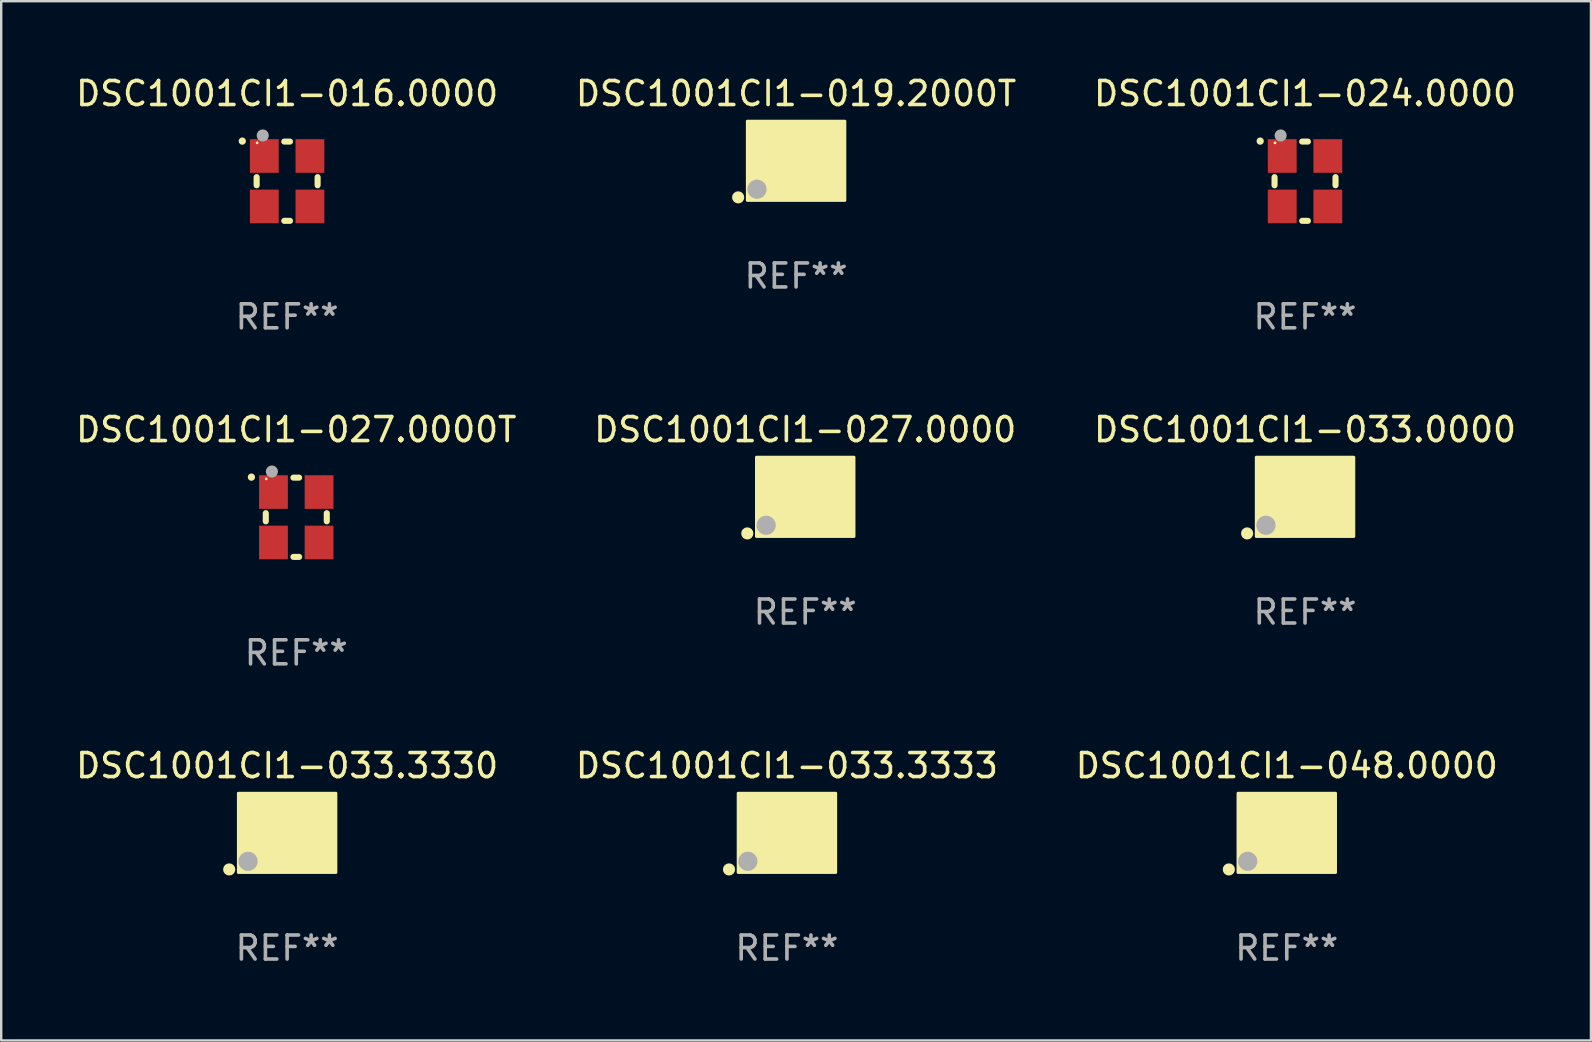
<source format=kicad_pcb>
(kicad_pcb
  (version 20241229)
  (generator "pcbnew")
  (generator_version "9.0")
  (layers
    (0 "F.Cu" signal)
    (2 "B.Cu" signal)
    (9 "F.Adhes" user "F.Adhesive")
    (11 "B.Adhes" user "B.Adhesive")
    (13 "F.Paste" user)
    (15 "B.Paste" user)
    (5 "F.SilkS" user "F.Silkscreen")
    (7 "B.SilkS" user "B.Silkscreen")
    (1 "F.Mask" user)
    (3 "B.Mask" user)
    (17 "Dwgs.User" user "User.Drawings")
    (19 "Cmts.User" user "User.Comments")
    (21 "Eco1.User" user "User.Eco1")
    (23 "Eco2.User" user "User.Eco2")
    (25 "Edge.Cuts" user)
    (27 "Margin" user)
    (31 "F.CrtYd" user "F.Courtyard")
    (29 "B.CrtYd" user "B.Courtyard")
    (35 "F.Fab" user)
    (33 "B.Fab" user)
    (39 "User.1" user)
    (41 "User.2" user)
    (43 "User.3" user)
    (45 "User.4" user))
  (footprint "DSC1001CI1-027.0000"
    (layer "F.Cu")
    (at 30.494 17.647)
    (property "Reference" "DSC1001CI1-027.0000" (at 0 -2.8 0) (layer "F.SilkS") (effects (font (size 1 1) (thickness 0.15))))
    (attr through_hole)
    (fp_circle (center -2.413 1.524) (end -2.286 1.524) (stroke (width 0.254) (type solid)) (fill no) (layer "F.SilkS"))
    (fp_circle (center -1.6 1.25) (end -1.57 1.25) (stroke (width 0.06) (type solid)) (fill no) (layer "F.SilkS"))
    (fp_poly (pts (xy -2.032 -1.651) (xy 2.032 -1.651) (xy 2.032 1.651) (xy -2.032 1.651)) (stroke (width 0.12) (type solid)) (fill yes) (layer "F.SilkS"))
    (fp_circle (center -1.627 1.185) (end -1.427 1.185) (stroke (width 0.4) (type solid)) (fill no) (layer "F.Fab"))
    (fp_text user "REF**" (at 0 4.8 0) (layer "F.Fab") (effects (font (size 1 1) (thickness 0.15))))
    (pad "1" smd rect (at -1.05 0.8) (size 1.4 1.2) (layers "F.Cu" "F.Mask" "F.Paste"))
    (pad "2" smd rect (at 1.05 0.8) (size 1.4 1.2) (layers "F.Cu" "F.Mask" "F.Paste"))
    (pad "3" smd rect (at 1.05 -0.8) (size 1.4 1.2) (layers "F.Cu" "F.Mask" "F.Paste"))
    (pad "4" smd rect (at -1.05 -0.8) (size 1.4 1.2) (layers "F.Cu" "F.Mask" "F.Paste")))
  (footprint "DSC1001CI1-033.3330"
    (layer "F.Cu")
    (at 8.911 31.645)
    (property "Reference" "DSC1001CI1-033.3330" (at 0 -2.8 0) (layer "F.SilkS") (effects (font (size 1 1) (thickness 0.15))))
    (attr through_hole)
    (fp_circle (center -2.413 1.524) (end -2.286 1.524) (stroke (width 0.254) (type solid)) (fill no) (layer "F.SilkS"))
    (fp_circle (center -1.6 1.25) (end -1.57 1.25) (stroke (width 0.06) (type solid)) (fill no) (layer "F.SilkS"))
    (fp_poly (pts (xy -2.032 -1.651) (xy 2.032 -1.651) (xy 2.032 1.651) (xy -2.032 1.651)) (stroke (width 0.12) (type solid)) (fill yes) (layer "F.SilkS"))
    (fp_circle (center -1.627 1.185) (end -1.427 1.185) (stroke (width 0.4) (type solid)) (fill no) (layer "F.Fab"))
    (fp_text user "REF**" (at 0 4.8 0) (layer "F.Fab") (effects (font (size 1 1) (thickness 0.15))))
    (pad "1" smd rect (at -1.05 0.8) (size 1.4 1.2) (layers "F.Cu" "F.Mask" "F.Paste"))
    (pad "2" smd rect (at 1.05 0.8) (size 1.4 1.2) (layers "F.Cu" "F.Mask" "F.Paste"))
    (pad "3" smd rect (at 1.05 -0.8) (size 1.4 1.2) (layers "F.Cu" "F.Mask" "F.Paste"))
    (pad "4" smd rect (at -1.05 -0.8) (size 1.4 1.2) (layers "F.Cu" "F.Mask" "F.Paste")))
  (footprint "DSC1001CI1-016.0000"
    (layer "F.Cu")
    (at 8.911 4.499)
    (property "Reference" "DSC1001CI1-016.0000" (at 0 -3.651 0) (layer "F.SilkS") (effects (font (size 1 1) (thickness 0.15))))
    (attr through_hole)
    (fp_line (start -1.27 -0.169) (end -1.27 0.169) (stroke (width 0.254) (type solid)) (layer "F.SilkS"))
    (fp_line (start 0.119 -1.651) (end -0.119 -1.651) (stroke (width 0.254) (type solid)) (layer "F.SilkS"))
    (fp_line (start 0.119 1.651) (end -0.119 1.651) (stroke (width 0.254) (type solid)) (layer "F.SilkS"))
    (fp_line (start 1.27 -0.169) (end 1.27 0.169) (stroke (width 0.254) (type solid)) (layer "F.SilkS"))
    (fp_arc (start -1.868631 -1.669799) (mid -1.868636 -1.671069) (end -1.868631 -1.672339) (stroke (width 0.3) (type solid)) (layer "F.SilkS"))
    (fp_circle (center -1.25 -1.6) (end -1.22 -1.6) (stroke (width 0.06) (type solid)) (fill no) (layer "F.SilkS"))
    (fp_circle (center -1.016 -1.905) (end -0.889 -1.905) (stroke (width 0.254) (type solid)) (fill no) (layer "F.Fab"))
    (fp_text user "REF**" (at 0 5.651 0) (layer "F.Fab") (effects (font (size 1 1) (thickness 0.15))))
    (pad "1" smd rect (at -0.95 -1.05 90) (size 1.4 1.2) (layers "F.Cu" "F.Mask" "F.Paste"))
    (pad "2" smd rect (at -0.95 1.05 90) (size 1.4 1.2) (layers "F.Cu" "F.Mask" "F.Paste"))
    (pad "3" smd rect (at 0.95 1.05 90) (size 1.4 1.2) (layers "F.Cu" "F.Mask" "F.Paste"))
    (pad "4" smd rect (at 0.95 -1.05 90) (size 1.4 1.2) (layers "F.Cu" "F.Mask" "F.Paste")))
  (footprint "DSC1001CI1-033.3333"
    (layer "F.Cu")
    (at 29.732 31.645)
    (property "Reference" "DSC1001CI1-033.3333" (at 0 -2.8 0) (layer "F.SilkS") (effects (font (size 1 1) (thickness 0.15))))
    (attr through_hole)
    (fp_circle (center -2.413 1.524) (end -2.286 1.524) (stroke (width 0.254) (type solid)) (fill no) (layer "F.SilkS"))
    (fp_circle (center -1.6 1.25) (end -1.57 1.25) (stroke (width 0.06) (type solid)) (fill no) (layer "F.SilkS"))
    (fp_poly (pts (xy -2.032 -1.651) (xy 2.032 -1.651) (xy 2.032 1.651) (xy -2.032 1.651)) (stroke (width 0.12) (type solid)) (fill yes) (layer "F.SilkS"))
    (fp_circle (center -1.627 1.185) (end -1.427 1.185) (stroke (width 0.4) (type solid)) (fill no) (layer "F.Fab"))
    (fp_text user "REF**" (at 0 4.8 0) (layer "F.Fab") (effects (font (size 1 1) (thickness 0.15))))
    (pad "1" smd rect (at -1.05 0.8) (size 1.4 1.2) (layers "F.Cu" "F.Mask" "F.Paste"))
    (pad "2" smd rect (at 1.05 0.8) (size 1.4 1.2) (layers "F.Cu" "F.Mask" "F.Paste"))
    (pad "3" smd rect (at 1.05 -0.8) (size 1.4 1.2) (layers "F.Cu" "F.Mask" "F.Paste"))
    (pad "4" smd rect (at -1.05 -0.8) (size 1.4 1.2) (layers "F.Cu" "F.Mask" "F.Paste")))
  (footprint "DSC1001CI1-019.2000T"
    (layer "F.Cu")
    (at 30.113 3.648)
    (property "Reference" "DSC1001CI1-019.2000T" (at 0 -2.8 0) (layer "F.SilkS") (effects (font (size 1 1) (thickness 0.15))))
    (attr through_hole)
    (fp_circle (center -2.413 1.524) (end -2.286 1.524) (stroke (width 0.254) (type solid)) (fill no) (layer "F.SilkS"))
    (fp_circle (center -1.6 1.25) (end -1.57 1.25) (stroke (width 0.06) (type solid)) (fill no) (layer "F.SilkS"))
    (fp_poly (pts (xy -2.032 -1.651) (xy 2.032 -1.651) (xy 2.032 1.651) (xy -2.032 1.651)) (stroke (width 0.12) (type solid)) (fill yes) (layer "F.SilkS"))
    (fp_circle (center -1.627 1.185) (end -1.427 1.185) (stroke (width 0.4) (type solid)) (fill no) (layer "F.Fab"))
    (fp_text user "REF**" (at 0 4.8 0) (layer "F.Fab") (effects (font (size 1 1) (thickness 0.15))))
    (pad "1" smd rect (at -1.05 0.8) (size 1.4 1.2) (layers "F.Cu" "F.Mask" "F.Paste"))
    (pad "2" smd rect (at 1.05 0.8) (size 1.4 1.2) (layers "F.Cu" "F.Mask" "F.Paste"))
    (pad "3" smd rect (at 1.05 -0.8) (size 1.4 1.2) (layers "F.Cu" "F.Mask" "F.Paste"))
    (pad "4" smd rect (at -1.05 -0.8) (size 1.4 1.2) (layers "F.Cu" "F.Mask" "F.Paste")))
  (footprint "DSC1001CI1-033.0000"
    (layer "F.Cu")
    (at 51.315 17.647)
    (property "Reference" "DSC1001CI1-033.0000" (at 0 -2.8 0) (layer "F.SilkS") (effects (font (size 1 1) (thickness 0.15))))
    (attr through_hole)
    (fp_circle (center -2.413 1.524) (end -2.286 1.524) (stroke (width 0.254) (type solid)) (fill no) (layer "F.SilkS"))
    (fp_circle (center -1.6 1.25) (end -1.57 1.25) (stroke (width 0.06) (type solid)) (fill no) (layer "F.SilkS"))
    (fp_poly (pts (xy -2.032 -1.651) (xy 2.032 -1.651) (xy 2.032 1.651) (xy -2.032 1.651)) (stroke (width 0.12) (type solid)) (fill yes) (layer "F.SilkS"))
    (fp_circle (center -1.627 1.185) (end -1.427 1.185) (stroke (width 0.4) (type solid)) (fill no) (layer "F.Fab"))
    (fp_text user "REF**" (at 0 4.8 0) (layer "F.Fab") (effects (font (size 1 1) (thickness 0.15))))
    (pad "1" smd rect (at -1.05 0.8) (size 1.4 1.2) (layers "F.Cu" "F.Mask" "F.Paste"))
    (pad "2" smd rect (at 1.05 0.8) (size 1.4 1.2) (layers "F.Cu" "F.Mask" "F.Paste"))
    (pad "3" smd rect (at 1.05 -0.8) (size 1.4 1.2) (layers "F.Cu" "F.Mask" "F.Paste"))
    (pad "4" smd rect (at -1.05 -0.8) (size 1.4 1.2) (layers "F.Cu" "F.Mask" "F.Paste")))
  (footprint "DSC1001CI1-024.0000"
    (layer "F.Cu")
    (at 51.315 4.499)
    (property "Reference" "DSC1001CI1-024.0000" (at 0 -3.651 0) (layer "F.SilkS") (effects (font (size 1 1) (thickness 0.15))))
    (attr through_hole)
    (fp_line (start -1.27 -0.169) (end -1.27 0.169) (stroke (width 0.254) (type solid)) (layer "F.SilkS"))
    (fp_line (start 0.119 -1.651) (end -0.119 -1.651) (stroke (width 0.254) (type solid)) (layer "F.SilkS"))
    (fp_line (start 0.119 1.651) (end -0.119 1.651) (stroke (width 0.254) (type solid)) (layer "F.SilkS"))
    (fp_line (start 1.27 -0.169) (end 1.27 0.169) (stroke (width 0.254) (type solid)) (layer "F.SilkS"))
    (fp_arc (start -1.868631 -1.669799) (mid -1.868636 -1.671069) (end -1.868631 -1.672339) (stroke (width 0.3) (type solid)) (layer "F.SilkS"))
    (fp_circle (center -1.25 -1.6) (end -1.22 -1.6) (stroke (width 0.06) (type solid)) (fill no) (layer "F.SilkS"))
    (fp_circle (center -1.016 -1.905) (end -0.889 -1.905) (stroke (width 0.254) (type solid)) (fill no) (layer "F.Fab"))
    (fp_text user "REF**" (at 0 5.651 0) (layer "F.Fab") (effects (font (size 1 1) (thickness 0.15))))
    (pad "1" smd rect (at -0.95 -1.05 90) (size 1.4 1.2) (layers "F.Cu" "F.Mask" "F.Paste"))
    (pad "2" smd rect (at -0.95 1.05 90) (size 1.4 1.2) (layers "F.Cu" "F.Mask" "F.Paste"))
    (pad "3" smd rect (at 0.95 1.05 90) (size 1.4 1.2) (layers "F.Cu" "F.Mask" "F.Paste"))
    (pad "4" smd rect (at 0.95 -1.05 90) (size 1.4 1.2) (layers "F.Cu" "F.Mask" "F.Paste")))
  (footprint "DSC1001CI1-048.0000"
    (layer "F.Cu")
    (at 50.554 31.645)
    (property "Reference" "DSC1001CI1-048.0000" (at 0 -2.8 0) (layer "F.SilkS") (effects (font (size 1 1) (thickness 0.15))))
    (attr through_hole)
    (fp_circle (center -2.413 1.524) (end -2.286 1.524) (stroke (width 0.254) (type solid)) (fill no) (layer "F.SilkS"))
    (fp_circle (center -1.6 1.25) (end -1.57 1.25) (stroke (width 0.06) (type solid)) (fill no) (layer "F.SilkS"))
    (fp_poly (pts (xy -2.032 -1.651) (xy 2.032 -1.651) (xy 2.032 1.651) (xy -2.032 1.651)) (stroke (width 0.12) (type solid)) (fill yes) (layer "F.SilkS"))
    (fp_circle (center -1.627 1.185) (end -1.427 1.185) (stroke (width 0.4) (type solid)) (fill no) (layer "F.Fab"))
    (fp_text user "REF**" (at 0 4.8 0) (layer "F.Fab") (effects (font (size 1 1) (thickness 0.15))))
    (pad "1" smd rect (at -1.05 0.8) (size 1.4 1.2) (layers "F.Cu" "F.Mask" "F.Paste"))
    (pad "2" smd rect (at 1.05 0.8) (size 1.4 1.2) (layers "F.Cu" "F.Mask" "F.Paste"))
    (pad "3" smd rect (at 1.05 -0.8) (size 1.4 1.2) (layers "F.Cu" "F.Mask" "F.Paste"))
    (pad "4" smd rect (at -1.05 -0.8) (size 1.4 1.2) (layers "F.Cu" "F.Mask" "F.Paste")))
  (footprint "DSC1001CI1-027.0000T"
    (layer "F.Cu")
    (at 9.292 18.498)
    (property "Reference" "DSC1001CI1-027.0000T" (at 0 -3.651 0) (layer "F.SilkS") (effects (font (size 1 1) (thickness 0.15))))
    (attr through_hole)
    (fp_line (start -1.27 -0.169) (end -1.27 0.169) (stroke (width 0.254) (type solid)) (layer "F.SilkS"))
    (fp_line (start 0.119 -1.651) (end -0.119 -1.651) (stroke (width 0.254) (type solid)) (layer "F.SilkS"))
    (fp_line (start 0.119 1.651) (end -0.119 1.651) (stroke (width 0.254) (type solid)) (layer "F.SilkS"))
    (fp_line (start 1.27 -0.169) (end 1.27 0.169) (stroke (width 0.254) (type solid)) (layer "F.SilkS"))
    (fp_arc (start -1.868631 -1.669799) (mid -1.868636 -1.671069) (end -1.868631 -1.672339) (stroke (width 0.3) (type solid)) (layer "F.SilkS"))
    (fp_circle (center -1.25 -1.6) (end -1.22 -1.6) (stroke (width 0.06) (type solid)) (fill no) (layer "F.SilkS"))
    (fp_circle (center -1.016 -1.905) (end -0.889 -1.905) (stroke (width 0.254) (type solid)) (fill no) (layer "F.Fab"))
    (fp_text user "REF**" (at 0 5.651 0) (layer "F.Fab") (effects (font (size 1 1) (thickness 0.15))))
    (pad "1" smd rect (at -0.95 -1.05 90) (size 1.4 1.2) (layers "F.Cu" "F.Mask" "F.Paste"))
    (pad "2" smd rect (at -0.95 1.05 90) (size 1.4 1.2) (layers "F.Cu" "F.Mask" "F.Paste"))
    (pad "3" smd rect (at 0.95 1.05 90) (size 1.4 1.2) (layers "F.Cu" "F.Mask" "F.Paste"))
    (pad "4" smd rect (at 0.95 -1.05 90) (size 1.4 1.2) (layers "F.Cu" "F.Mask" "F.Paste")))
  (gr_rect
    (start -3 -3)
    (end 63.226 40.294)
    (stroke (width 0.1) (type default))
    (fill no)
    (layer "Edge.Cuts")))
</source>
